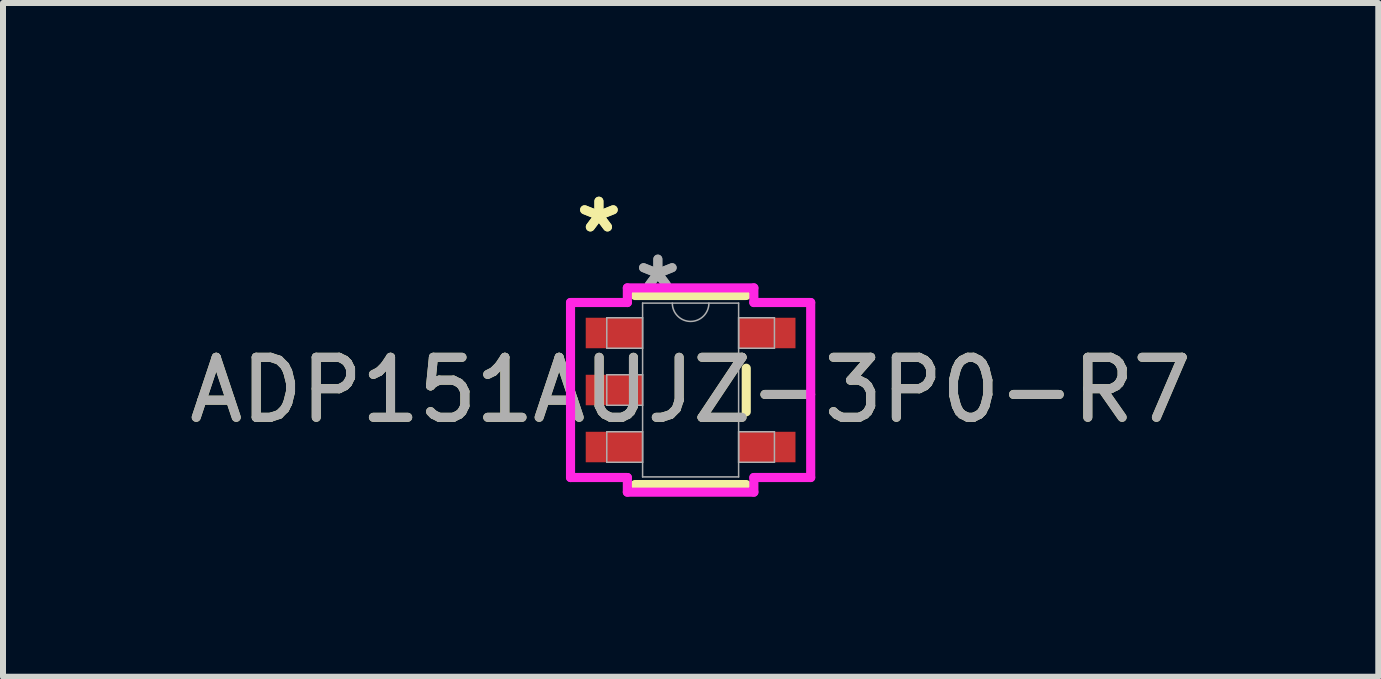
<source format=kicad_pcb>
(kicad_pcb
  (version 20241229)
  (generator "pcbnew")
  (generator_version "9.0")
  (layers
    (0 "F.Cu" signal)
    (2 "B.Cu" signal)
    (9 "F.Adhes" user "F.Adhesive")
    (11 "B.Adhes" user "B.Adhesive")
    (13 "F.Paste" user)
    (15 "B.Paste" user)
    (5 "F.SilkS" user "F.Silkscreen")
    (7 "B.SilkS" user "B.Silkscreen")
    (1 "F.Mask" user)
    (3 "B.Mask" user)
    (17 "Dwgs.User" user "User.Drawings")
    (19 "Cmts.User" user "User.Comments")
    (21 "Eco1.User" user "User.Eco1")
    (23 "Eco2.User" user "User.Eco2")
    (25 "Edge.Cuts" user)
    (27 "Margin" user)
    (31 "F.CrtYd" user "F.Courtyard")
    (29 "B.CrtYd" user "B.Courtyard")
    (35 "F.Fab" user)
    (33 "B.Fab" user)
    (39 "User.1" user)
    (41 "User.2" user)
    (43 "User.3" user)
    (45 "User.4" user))
  (footprint "ADP151AUJZ-3P0-R7"
    (layer "F.Cu")
    (at 8.458 3.449)
    (property "Reference" "ADP151AUJZ-3P0-R7" (at 0 0 0) (unlocked yes) (layer "F.SilkS") (effects (font (size 1 1) (thickness 0.15))))
    (attr smd)
    (fp_line (start -0.927 1.575) (end 0.927 1.575) (stroke (width 0.152) (type solid)) (layer "F.SilkS"))
    (fp_line (start 0.927 -1.575) (end -0.927 -1.575) (stroke (width 0.152) (type solid)) (layer "F.SilkS"))
    (fp_line (start 0.927 0.363) (end 0.927 -0.363) (stroke (width 0.152) (type solid)) (layer "F.SilkS"))
    (fp_line (start -2.001 -1.458) (end -1.054 -1.458) (stroke (width 0.152) (type solid)) (layer "F.CrtYd"))
    (fp_line (start -2.001 1.458) (end -2.001 -1.458) (stroke (width 0.152) (type solid)) (layer "F.CrtYd"))
    (fp_line (start -1.054 -1.702) (end 1.054 -1.702) (stroke (width 0.152) (type solid)) (layer "F.CrtYd"))
    (fp_line (start -1.054 -1.458) (end -1.054 -1.702) (stroke (width 0.152) (type solid)) (layer "F.CrtYd"))
    (fp_line (start -1.054 1.458) (end -2.001 1.458) (stroke (width 0.152) (type solid)) (layer "F.CrtYd"))
    (fp_line (start -1.054 1.702) (end -1.054 1.458) (stroke (width 0.152) (type solid)) (layer "F.CrtYd"))
    (fp_line (start 1.054 -1.702) (end 1.054 -1.458) (stroke (width 0.152) (type solid)) (layer "F.CrtYd"))
    (fp_line (start 1.054 -1.458) (end 2.001 -1.458) (stroke (width 0.152) (type solid)) (layer "F.CrtYd"))
    (fp_line (start 1.054 1.458) (end 1.054 1.702) (stroke (width 0.152) (type solid)) (layer "F.CrtYd"))
    (fp_line (start 1.054 1.702) (end -1.054 1.702) (stroke (width 0.152) (type solid)) (layer "F.CrtYd"))
    (fp_line (start 2.001 -1.458) (end 2.001 1.458) (stroke (width 0.152) (type solid)) (layer "F.CrtYd"))
    (fp_line (start 2.001 1.458) (end 1.054 1.458) (stroke (width 0.152) (type solid)) (layer "F.CrtYd"))
    (fp_line (start -1.397 -1.204) (end -1.397 -0.696) (stroke (width 0.025) (type solid)) (layer "F.Fab"))
    (fp_line (start -1.397 -0.696) (end -0.8 -0.696) (stroke (width 0.025) (type solid)) (layer "F.Fab"))
    (fp_line (start -1.397 -0.254) (end -1.397 0.254) (stroke (width 0.025) (type solid)) (layer "F.Fab"))
    (fp_line (start -1.397 0.254) (end -0.8 0.254) (stroke (width 0.025) (type solid)) (layer "F.Fab"))
    (fp_line (start -1.397 0.696) (end -1.397 1.204) (stroke (width 0.025) (type solid)) (layer "F.Fab"))
    (fp_line (start -1.397 1.204) (end -0.8 1.204) (stroke (width 0.025) (type solid)) (layer "F.Fab"))
    (fp_line (start -0.8 -1.448) (end -0.8 1.448) (stroke (width 0.025) (type solid)) (layer "F.Fab"))
    (fp_line (start -0.8 -1.204) (end -1.397 -1.204) (stroke (width 0.025) (type solid)) (layer "F.Fab"))
    (fp_line (start -0.8 -0.696) (end -0.8 -1.204) (stroke (width 0.025) (type solid)) (layer "F.Fab"))
    (fp_line (start -0.8 -0.254) (end -1.397 -0.254) (stroke (width 0.025) (type solid)) (layer "F.Fab"))
    (fp_line (start -0.8 0.254) (end -0.8 -0.254) (stroke (width 0.025) (type solid)) (layer "F.Fab"))
    (fp_line (start -0.8 0.696) (end -1.397 0.696) (stroke (width 0.025) (type solid)) (layer "F.Fab"))
    (fp_line (start -0.8 1.204) (end -0.8 0.696) (stroke (width 0.025) (type solid)) (layer "F.Fab"))
    (fp_line (start -0.8 1.448) (end 0.8 1.448) (stroke (width 0.025) (type solid)) (layer "F.Fab"))
    (fp_line (start 0.8 -1.448) (end -0.8 -1.448) (stroke (width 0.025) (type solid)) (layer "F.Fab"))
    (fp_line (start 0.8 -1.204) (end 0.8 -0.696) (stroke (width 0.025) (type solid)) (layer "F.Fab"))
    (fp_line (start 0.8 -0.696) (end 1.397 -0.696) (stroke (width 0.025) (type solid)) (layer "F.Fab"))
    (fp_line (start 0.8 0.696) (end 0.8 1.204) (stroke (width 0.025) (type solid)) (layer "F.Fab"))
    (fp_line (start 0.8 1.204) (end 1.397 1.204) (stroke (width 0.025) (type solid)) (layer "F.Fab"))
    (fp_line (start 0.8 1.448) (end 0.8 -1.448) (stroke (width 0.025) (type solid)) (layer "F.Fab"))
    (fp_line (start 1.397 -1.204) (end 0.8 -1.204) (stroke (width 0.025) (type solid)) (layer "F.Fab"))
    (fp_line (start 1.397 -0.696) (end 1.397 -1.204) (stroke (width 0.025) (type solid)) (layer "F.Fab"))
    (fp_line (start 1.397 0.696) (end 0.8 0.696) (stroke (width 0.025) (type solid)) (layer "F.Fab"))
    (fp_line (start 1.397 1.204) (end 1.397 0.696) (stroke (width 0.025) (type solid)) (layer "F.Fab"))
    (fp_arc (start 0.3048 -1.4478) (mid 0 -1.143) (end -0.3048 -1.4478) (stroke (width 0.0254) (type solid)) (layer "F.Fab"))
    (fp_text user "*" (at -1.528 -2.601 0) (unlocked yes) (layer "F.SilkS") (effects (font (size 1 1) (thickness 0.15))))
    (fp_text user "*" (at -1.528 -2.601 0) (layer "F.SilkS") (effects (font (size 1 1) (thickness 0.15))))
    (fp_text user "*" (at -0.546 -1.636 0) (unlocked yes) (layer "F.Fab") (effects (font (size 1 1) (thickness 0.15))))
    (fp_text user "*" (at -0.546 -1.636 0) (layer "F.Fab") (effects (font (size 1 1) (thickness 0.15))))
    (fp_text user "${REFERENCE}" (at 0 0 0) (unlocked yes) (layer "F.Fab") (effects (font (size 1 1) (thickness 0.15))))
    (pad "1" smd rect (at -1.274 -0.95) (size 0.947 0.508) (layers "F.Cu" "F.Mask" "F.Paste"))
    (pad "2" smd rect (at -1.274 0) (size 0.947 0.508) (layers "F.Cu" "F.Mask" "F.Paste"))
    (pad "3" smd rect (at -1.274 0.95) (size 0.947 0.508) (layers "F.Cu" "F.Mask" "F.Paste"))
    (pad "4" smd rect (at 1.274 0.95) (size 0.947 0.508) (layers "F.Cu" "F.Mask" "F.Paste"))
    (pad "5" smd rect (at 1.274 -0.95) (size 0.947 0.508) (layers "F.Cu" "F.Mask" "F.Paste")))
  (gr_rect
    (start -3 -3)
    (end 19.917 8.227)
    (stroke (width 0.1) (type default))
    (fill no)
    (layer "Edge.Cuts")))
</source>
